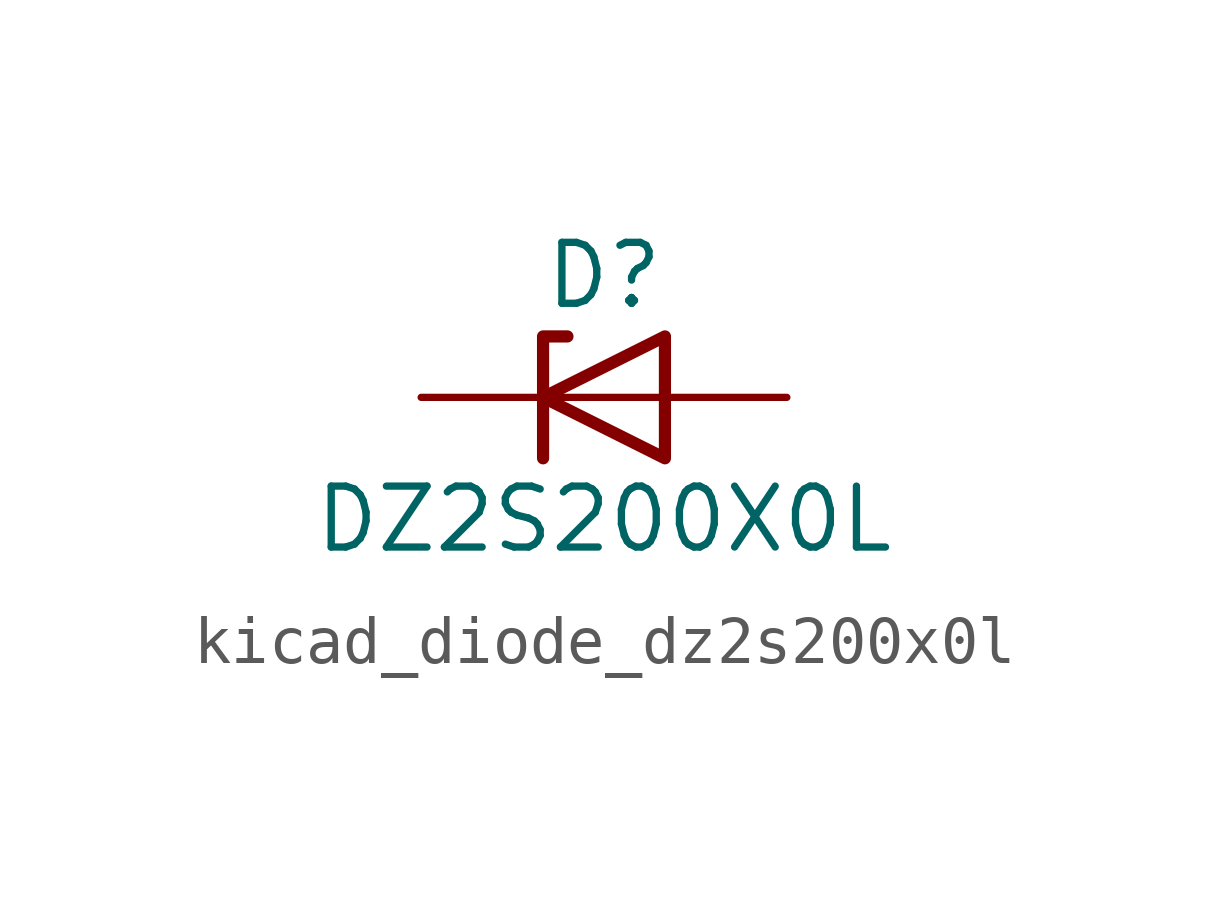
<source format=kicad_sym>
(kicad_symbol_lib
  (version 20220914)
  (generator kicad_symbol_editor)
  (symbol "kicad_diode_dz2s200x0l"
    (pin_numbers hide)
    (pin_names hide)
    (property "Reference" "D"
      (at 0 2.54 0)
      (effects (font (size 1.27 1.27))))
    (property "Value" "DZ2S200X0L"
      (at 0 -2.54 0)
      (effects (font (size 1.27 1.27))))
    (symbol "kicad_diode_dz2s200x0l_0_1"
      (polyline (pts (xy 1.27 0) (xy -1.27 0)) (stroke (width 0) (type default)) (fill (type none)))
      (polyline (pts (xy -1.27 -1.27) (xy -1.27 1.27) (xy -0.762 1.27)) (stroke (width 0.254) (type default)) (fill (type none)))
      (polyline (pts (xy 1.27 -1.27) (xy 1.27 1.27) (xy -1.27 0) (xy 1.27 -1.27)) (stroke (width 0.254) (type default)) (fill (type none))))
    (symbol "kicad_diode_dz2s200x0l_1_1"
      (pin passive line (at -3.81 0 0) (length 2.54) (name "K" (effects (font (size 1.27 1.27)))) (number "1" (effects (font (size 1.27 1.27)))))
      (pin passive line (at 3.81 0 180) (length 2.54) (name "A" (effects (font (size 1.27 1.27)))) (number "2" (effects (font (size 1.27 1.27))))))))
</source>
